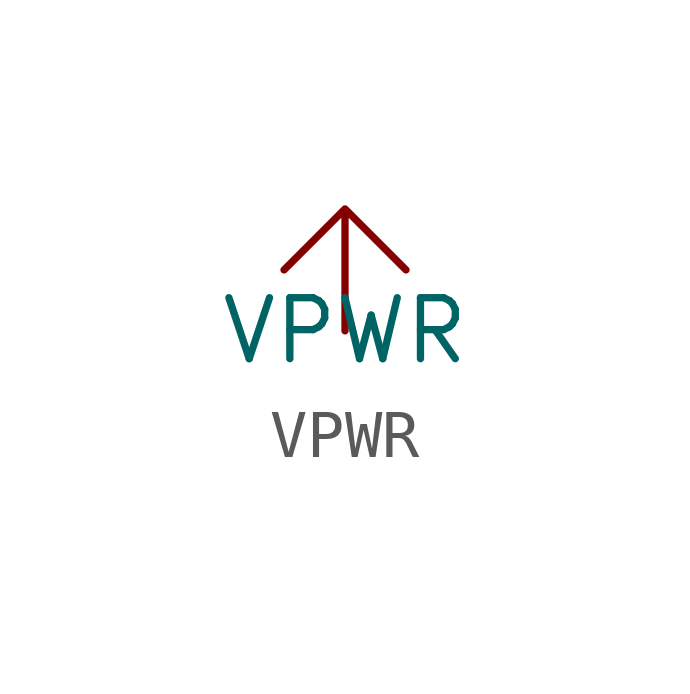
<source format=kicad_sym>
(kicad_symbol_lib
  (version 20241209)
  (generator "kicad_symbol_editor")
  (generator_version "9.0")
  (symbol "VPWR"
    (power)
    (property "Reference" "#VPWR"
      (at 0 0 0)
      (effects (font (size 1.27 1.27)) (hide yes)))
    (property "Value" "VPWR"
      (at 0 0 0)
      (effects (font (size 1.27 1.27))))
    (symbol "VPWR_0_1"
      (polyline (pts (xy 0 0) (xy 0 2.54) (xy -1.27 1.27) (xy 0 2.54) (xy 1.27 1.27)) (stroke (width 0) (type default)) (fill (type none))))
    (symbol "VPWR_1_1"
      (pin power_in line (at 0 0 90) (length 0) (hide yes) (name "VPWR" (effects (font (size 1.27 1.27)))) (number "1" (effects (font (size 1.27 1.27))))))))
</source>
